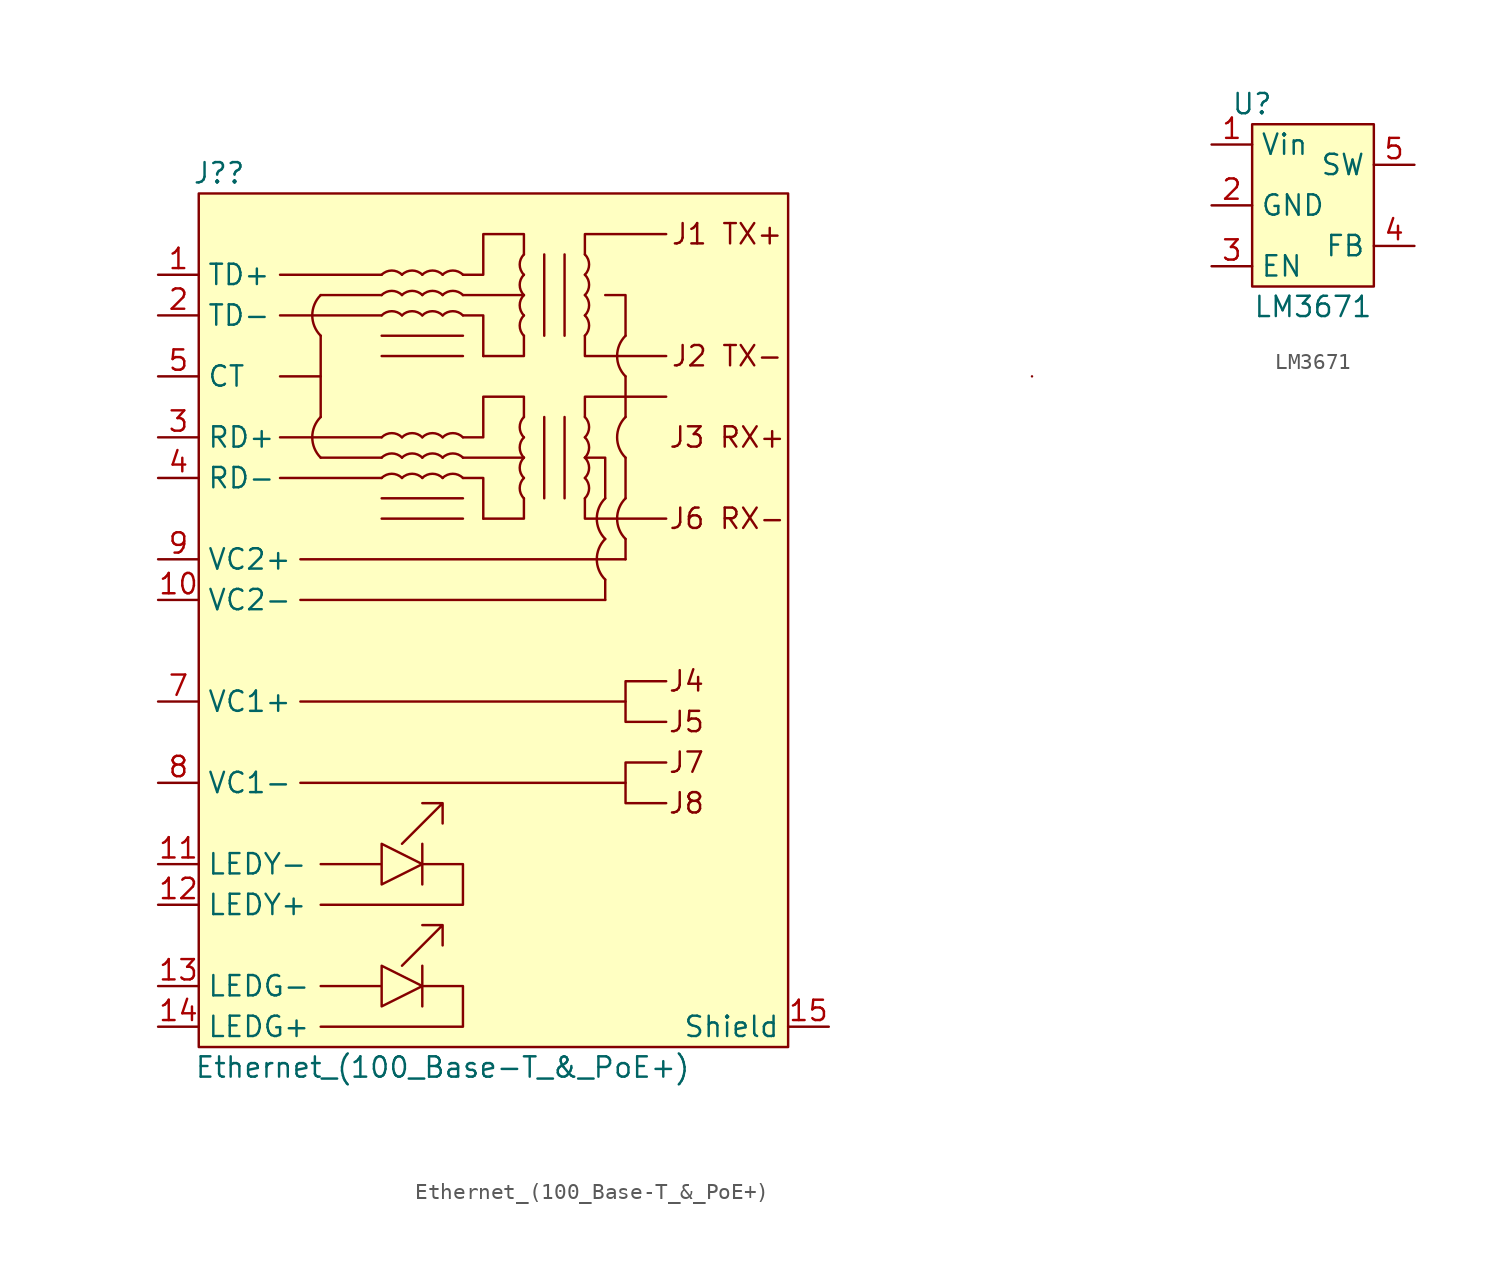
<source format=kicad_sym>
(kicad_symbol_lib
  (version 20211014)
  (generator kicad_symbol_editor)
  (symbol "Ethernet_(100_Base-T_&_PoE+)"
    (property "Reference" "J?"
      (at -16.51 29.21 0)
      (effects (font (size 1.27 1.27))))
    (property "Value" "Ethernet_(100_Base-T_&_PoE+)"
      (at -2.54 -26.67 0)
      (effects (font (size 1.27 1.27))))
    (symbol "Ethernet_(100_Base-T_&_PoE+)_0_0"
      (rectangle (start -17.78 27.94) (end 19.05 -25.4) (stroke (width 0) (type default) (color 0 0 0 0)) (fill (type background)))
      (arc (start -10.16 13.97) (mid -13.2261 12.7) (end -10.16 11.43) (stroke (width 0) (type default) (color 0 0 0 0)) (fill (type none)))
      (arc (start -10.1599 21.59) (mid -13.2261 20.32) (end -10.1599 19.05) (stroke (width 0) (type default) (color 0 0 0 0)) (fill (type none)))
      (polyline (pts (xy -10.16 19.05) (xy -10.16 16.51)) (stroke (width 0) (type default) (color 0 0 0 0)) (fill (type none)))
      (polyline (pts (xy -10.16 21.59) (xy -6.35 21.59)) (stroke (width 0) (type default) (color 0 0 0 0)) (fill (type none)))
      (polyline (pts (xy -6.35 10.16) (xy -12.7 10.16)) (stroke (width 0) (type default) (color 0 0 0 0)) (fill (type none)))
      (polyline (pts (xy -6.35 11.43) (xy -10.16 11.43)) (stroke (width 0) (type default) (color 0 0 0 0)) (fill (type none)))
      (polyline (pts (xy -6.35 12.7) (xy -12.7 12.7)) (stroke (width 0) (type default) (color 0 0 0 0)) (fill (type none)))
      (polyline (pts (xy -6.35 19.05) (xy -1.27 19.05)) (stroke (width 0) (type default) (color 0 0 0 0)) (fill (type none)))
      (polyline (pts (xy -6.35 20.32) (xy -12.7 20.32)) (stroke (width 0) (type default) (color 0 0 0 0)) (fill (type none)))
      (polyline (pts (xy -6.35 22.86) (xy -12.7 22.86)) (stroke (width 0) (type default) (color 0 0 0 0)) (fill (type none)))
      (polyline (pts (xy -3.81 -20.32) (xy -3.81 -22.86)) (stroke (width 0) (type default) (color 0 0 0 0)) (fill (type none)))
      (polyline (pts (xy -3.81 -12.7) (xy -3.81 -15.24)) (stroke (width 0) (type default) (color 0 0 0 0)) (fill (type none)))
      (polyline (pts (xy -1.27 17.78) (xy -6.35 17.78)) (stroke (width 0) (type default) (color 0 0 0 0)) (fill (type none)))
      (polyline (pts (xy 2.54 11.43) (xy -1.27 11.43)) (stroke (width 0) (type default) (color 0 0 0 0)) (fill (type none)))
      (polyline (pts (xy 2.54 21.59) (xy -1.27 21.59)) (stroke (width 0) (type default) (color 0 0 0 0)) (fill (type none)))
      (polyline (pts (xy 7.62 2.54) (xy -11.43 2.54)) (stroke (width 0) (type default) (color 0 0 0 0)) (fill (type none)))
      (polyline (pts (xy 7.62 3.81) (xy 7.62 2.54)) (stroke (width 0) (type default) (color 0 0 0 0)) (fill (type none)))
      (polyline (pts (xy 8.89 6.35) (xy 8.89 5.08)) (stroke (width 0) (type default) (color 0 0 0 0)) (fill (type none)))
      (polyline (pts (xy 8.89 11.43) (xy 8.89 8.89)) (stroke (width 0) (type default) (color 0 0 0 0)) (fill (type none)))
      (polyline (pts (xy 8.89 16.51) (xy 8.89 13.97)) (stroke (width 0) (type default) (color 0 0 0 0)) (fill (type none)))
      (polyline (pts (xy -10.16 13.97) (xy -10.16 16.51) (xy -12.7 16.51)) (stroke (width 0) (type default) (color 0 0 0 0)) (fill (type none)))
      (polyline (pts (xy -1.27 10.16) (xy 0 10.16) (xy 0 7.62)) (stroke (width 0) (type default) (color 0 0 0 0)) (fill (type none)))
      (polyline (pts (xy -1.27 20.32) (xy 0 20.32) (xy 0 17.78)) (stroke (width 0) (type default) (color 0 0 0 0)) (fill (type none)))
      (polyline (pts (xy 0 7.62) (xy 2.54 7.62) (xy 2.54 8.89)) (stroke (width 0) (type default) (color 0 0 0 0)) (fill (type none)))
      (polyline (pts (xy 0 17.78) (xy 2.54 17.78) (xy 2.54 19.05)) (stroke (width 0) (type default) (color 0 0 0 0)) (fill (type none)))
      (polyline (pts (xy 6.35 8.89) (xy 6.35 7.62) (xy 11.43 7.62)) (stroke (width 0) (type default) (color 0 0 0 0)) (fill (type none)))
      (polyline (pts (xy 6.35 11.43) (xy 7.62 11.43) (xy 7.62 8.89)) (stroke (width 0) (type default) (color 0 0 0 0)) (fill (type none)))
      (polyline (pts (xy 6.35 19.05) (xy 6.35 17.78) (xy 11.43 17.78)) (stroke (width 0) (type default) (color 0 0 0 0)) (fill (type none)))
      (polyline (pts (xy 7.62 21.59) (xy 8.89 21.59) (xy 8.89 19.05)) (stroke (width 0) (type default) (color 0 0 0 0)) (fill (type none)))
      (polyline (pts (xy 8.89 -8.89) (xy 8.89 -10.16) (xy 11.43 -10.16)) (stroke (width 0) (type default) (color 0 0 0 0)) (fill (type none)))
      (polyline (pts (xy 8.89 -3.81) (xy 8.89 -5.08) (xy 11.43 -5.08)) (stroke (width 0) (type default) (color 0 0 0 0)) (fill (type none)))
      (polyline (pts (xy 8.89 5.08) (xy 8.89 5.08) (xy -11.43 5.08)) (stroke (width 0) (type default) (color 0 0 0 0)) (fill (type none)))
      (polyline (pts (xy -3.81 -21.59) (xy -1.27 -21.59) (xy -1.27 -24.13) (xy -10.16 -24.13)) (stroke (width 0) (type default) (color 0 0 0 0)) (fill (type none)))
      (polyline (pts (xy -3.81 -13.97) (xy -1.27 -13.97) (xy -1.27 -16.51) (xy -10.16 -16.51)) (stroke (width 0) (type default) (color 0 0 0 0)) (fill (type none)))
      (polyline (pts (xy 11.43 -7.62) (xy 8.89 -7.62) (xy 8.89 -8.89) (xy -11.43 -8.89)) (stroke (width 0) (type default) (color 0 0 0 0)) (fill (type none)))
      (polyline (pts (xy 11.43 -2.54) (xy 8.89 -2.54) (xy 8.89 -3.81) (xy -11.43 -3.81)) (stroke (width 0) (type default) (color 0 0 0 0)) (fill (type none)))
      (polyline (pts (xy -5.08 -20.32) (xy -2.54 -17.78) (xy -3.81 -17.78) (xy -2.54 -17.78) (xy -2.54 -19.05)) (stroke (width 0) (type default) (color 0 0 0 0)) (fill (type none)))
      (polyline (pts (xy -5.08 -12.7) (xy -2.54 -10.16) (xy -3.81 -10.16) (xy -2.54 -10.16) (xy -2.54 -11.43)) (stroke (width 0) (type default) (color 0 0 0 0)) (fill (type none)))
      (polyline (pts (xy -10.16 -21.59) (xy -6.35 -21.59) (xy -6.35 -22.86) (xy -6.35 -21.59) (xy -6.35 -20.32) (xy -3.81 -21.59) (xy -6.35 -22.86)) (stroke (width 0) (type default) (color 0 0 0 0)) (fill (type none)))
      (polyline (pts (xy -10.16 -13.97) (xy -6.35 -13.97) (xy -6.35 -15.24) (xy -6.35 -13.97) (xy -6.35 -12.7) (xy -3.81 -13.97) (xy -6.35 -15.24)) (stroke (width 0) (type default) (color 0 0 0 0)) (fill (type none)))
      (arc (start 7.6201 6.35) (mid 4.5539 5.08) (end 7.6201 3.81) (stroke (width 0) (type default) (color 0 0 0 0)) (fill (type none)))
      (arc (start 7.6201 8.89) (mid 4.5539 7.62) (end 7.6201 6.35) (stroke (width 0) (type default) (color 0 0 0 0)) (fill (type none)))
      (arc (start 8.89 8.89) (mid 5.8239 7.62) (end 8.89 6.35) (stroke (width 0) (type default) (color 0 0 0 0)) (fill (type none)))
      (arc (start 8.89 13.97) (mid 5.8238 12.7) (end 8.89 11.43) (stroke (width 0) (type default) (color 0 0 0 0)) (fill (type none)))
      (arc (start 8.89 19.05) (mid 5.8238 17.78) (end 8.89 16.51) (stroke (width 0) (type default) (color 0 0 0 0)) (fill (type none)))
      (text "J1 TX+" (at 15.24 25.4 0) (effects (font (size 1.27 1.27))))
      (text "J2 TX-" (at 15.24 17.78 0) (effects (font (size 1.27 1.27))))
      (text "J3 RX+" (at 15.24 12.7 0) (effects (font (size 1.27 1.27))))
      (text "J4" (at 12.7 -2.54 0) (effects (font (size 1.27 1.27))))
      (text "J5" (at 12.7 -5.08 0) (effects (font (size 1.27 1.27))))
      (text "J6 RX-" (at 15.24 7.62 0) (effects (font (size 1.27 1.27))))
      (text "J7" (at 12.7 -7.62 0) (effects (font (size 1.27 1.27))))
      (text "J8" (at 12.7 -10.16 0) (effects (font (size 1.27 1.27)))))
    (symbol "Ethernet_(100_Base-T_&_PoE+)_0_1"
      (arc (start -5.08 10.16) (mid -5.715 11.693) (end -6.35 10.16) (stroke (width 0) (type default) (color 0 0 0 0)) (fill (type none)))
      (arc (start -5.08 11.43) (mid -5.715 12.963) (end -6.35 11.43) (stroke (width 0) (type default) (color 0 0 0 0)) (fill (type none)))
      (arc (start -5.08 12.7) (mid -5.715 14.233) (end -6.35 12.7) (stroke (width 0) (type default) (color 0 0 0 0)) (fill (type none)))
      (arc (start -5.08 20.32) (mid -5.715 21.853) (end -6.35 20.32) (stroke (width 0) (type default) (color 0 0 0 0)) (fill (type none)))
      (arc (start -5.08 21.59) (mid -5.715 23.123) (end -6.35 21.59) (stroke (width 0) (type default) (color 0 0 0 0)) (fill (type none)))
      (arc (start -5.08 22.86) (mid -5.715 24.393) (end -6.35 22.86) (stroke (width 0) (type default) (color 0 0 0 0)) (fill (type none)))
      (arc (start -3.81 10.16) (mid -4.445 11.693) (end -5.08 10.16) (stroke (width 0) (type default) (color 0 0 0 0)) (fill (type none)))
      (arc (start -3.81 11.43) (mid -4.445 12.963) (end -5.08 11.43) (stroke (width 0) (type default) (color 0 0 0 0)) (fill (type none)))
      (arc (start -3.81 12.7) (mid -4.445 14.233) (end -5.08 12.7) (stroke (width 0) (type default) (color 0 0 0 0)) (fill (type none)))
      (arc (start -3.81 20.32) (mid -4.445 21.853) (end -5.08 20.32) (stroke (width 0) (type default) (color 0 0 0 0)) (fill (type none)))
      (arc (start -3.81 21.59) (mid -4.445 23.123) (end -5.08 21.59) (stroke (width 0) (type default) (color 0 0 0 0)) (fill (type none)))
      (arc (start -3.81 22.86) (mid -4.445 24.393) (end -5.08 22.86) (stroke (width 0) (type default) (color 0 0 0 0)) (fill (type none)))
      (arc (start -2.54 10.16) (mid -3.175 11.693) (end -3.81 10.16) (stroke (width 0) (type default) (color 0 0 0 0)) (fill (type none)))
      (arc (start -2.54 11.43) (mid -3.175 12.963) (end -3.81 11.43) (stroke (width 0) (type default) (color 0 0 0 0)) (fill (type none)))
      (arc (start -2.54 12.7) (mid -3.175 14.233) (end -3.81 12.7) (stroke (width 0) (type default) (color 0 0 0 0)) (fill (type none)))
      (arc (start -2.54 20.32) (mid -3.175 21.853) (end -3.81 20.32) (stroke (width 0) (type default) (color 0 0 0 0)) (fill (type none)))
      (arc (start -2.54 21.59) (mid -3.175 23.123) (end -3.81 21.59) (stroke (width 0) (type default) (color 0 0 0 0)) (fill (type none)))
      (arc (start -2.54 22.86) (mid -3.175 24.393) (end -3.81 22.86) (stroke (width 0) (type default) (color 0 0 0 0)) (fill (type none)))
      (arc (start -1.27 10.16) (mid -1.905 11.693) (end -2.54 10.16) (stroke (width 0) (type default) (color 0 0 0 0)) (fill (type none)))
      (arc (start -1.27 11.43) (mid -1.905 12.963) (end -2.54 11.43) (stroke (width 0) (type default) (color 0 0 0 0)) (fill (type none)))
      (arc (start -1.27 12.7) (mid -1.905 14.233) (end -2.54 12.7) (stroke (width 0) (type default) (color 0 0 0 0)) (fill (type none)))
      (arc (start -1.27 20.32) (mid -1.905 21.853) (end -2.54 20.32) (stroke (width 0) (type default) (color 0 0 0 0)) (fill (type none)))
      (arc (start -1.27 21.59) (mid -1.905 23.123) (end -2.54 21.59) (stroke (width 0) (type default) (color 0 0 0 0)) (fill (type none)))
      (arc (start -1.27 22.86) (mid -1.905 24.393) (end -2.54 22.86) (stroke (width 0) (type default) (color 0 0 0 0)) (fill (type none)))
      (polyline (pts (xy -6.35 8.89) (xy -1.27 8.89)) (stroke (width 0) (type default) (color 0 0 0 0)) (fill (type none)))
      (polyline (pts (xy -1.27 7.62) (xy -6.35 7.62)) (stroke (width 0) (type default) (color 0 0 0 0)) (fill (type none)))
      (polyline (pts (xy 3.81 13.97) (xy 3.81 8.89)) (stroke (width 0) (type default) (color 0 0 0 0)) (fill (type none)))
      (polyline (pts (xy 3.81 24.13) (xy 3.81 19.05)) (stroke (width 0) (type default) (color 0 0 0 0)) (fill (type none)))
      (polyline (pts (xy 5.08 8.89) (xy 5.08 13.97)) (stroke (width 0) (type default) (color 0 0 0 0)) (fill (type none)))
      (polyline (pts (xy 5.08 19.05) (xy 5.08 24.13)) (stroke (width 0) (type default) (color 0 0 0 0)) (fill (type none)))
      (polyline (pts (xy 6.35 13.97) (xy 6.35 15.24) (xy 11.43 15.24)) (stroke (width 0) (type default) (color 0 0 0 0)) (fill (type none)))
      (polyline (pts (xy 6.35 24.13) (xy 6.35 25.4) (xy 11.43 25.4)) (stroke (width 0) (type default) (color 0 0 0 0)) (fill (type none)))
      (polyline (pts (xy -1.27 12.7) (xy 0 12.7) (xy 0 15.24) (xy 1.27 15.24) (xy 2.54 15.24) (xy 2.54 13.97)) (stroke (width 0) (type default) (color 0 0 0 0)) (fill (type none)))
      (polyline (pts (xy -1.27 22.86) (xy 0 22.86) (xy 0 25.4) (xy 1.27 25.4) (xy 2.54 25.4) (xy 2.54 24.13)) (stroke (width 0) (type default) (color 0 0 0 0)) (fill (type none)))
      (arc (start 2.54 10.16) (mid 1.007 9.525) (end 2.54 8.89) (stroke (width 0) (type default) (color 0 0 0 0)) (fill (type none)))
      (arc (start 2.54 11.43) (mid 1.007 10.795) (end 2.54 10.16) (stroke (width 0) (type default) (color 0 0 0 0)) (fill (type none)))
      (arc (start 2.54 12.7) (mid 1.007 12.065) (end 2.54 11.43) (stroke (width 0) (type default) (color 0 0 0 0)) (fill (type none)))
      (arc (start 2.54 13.97) (mid 1.007 13.335) (end 2.54 12.7) (stroke (width 0) (type default) (color 0 0 0 0)) (fill (type none)))
      (arc (start 2.54 20.32) (mid 1.007 19.685) (end 2.54 19.05) (stroke (width 0) (type default) (color 0 0 0 0)) (fill (type none)))
      (arc (start 2.54 21.59) (mid 1.007 20.955) (end 2.54 20.32) (stroke (width 0) (type default) (color 0 0 0 0)) (fill (type none)))
      (arc (start 2.54 22.86) (mid 1.007 22.225) (end 2.54 21.59) (stroke (width 0) (type default) (color 0 0 0 0)) (fill (type none)))
      (arc (start 2.54 24.13) (mid 1.007 23.495) (end 2.54 22.86) (stroke (width 0) (type default) (color 0 0 0 0)) (fill (type none)))
      (arc (start 6.35 8.89) (mid 7.883 9.525) (end 6.35 10.16) (stroke (width 0) (type default) (color 0 0 0 0)) (fill (type none)))
      (arc (start 6.35 10.16) (mid 7.883 10.795) (end 6.35 11.43) (stroke (width 0) (type default) (color 0 0 0 0)) (fill (type none)))
      (arc (start 6.35 11.43) (mid 7.883 12.065) (end 6.35 12.7) (stroke (width 0) (type default) (color 0 0 0 0)) (fill (type none)))
      (arc (start 6.35 12.7) (mid 7.883 13.335) (end 6.35 13.97) (stroke (width 0) (type default) (color 0 0 0 0)) (fill (type none)))
      (arc (start 6.35 19.05) (mid 7.883 19.685) (end 6.35 20.32) (stroke (width 0) (type default) (color 0 0 0 0)) (fill (type none)))
      (arc (start 6.35 20.32) (mid 7.883 20.955) (end 6.35 21.59) (stroke (width 0) (type default) (color 0 0 0 0)) (fill (type none)))
      (arc (start 6.35 21.59) (mid 7.883 22.225) (end 6.35 22.86) (stroke (width 0) (type default) (color 0 0 0 0)) (fill (type none)))
      (arc (start 6.35 22.86) (mid 7.883 23.495) (end 6.35 24.13) (stroke (width 0) (type default) (color 0 0 0 0)) (fill (type none)))
      (arc (start 34.29 16.51) (mid 34.29 16.51) (end 34.29 16.51) (stroke (width 0) (type default) (color 0 0 0 0)) (fill (type none))))
    (symbol "Ethernet_(100_Base-T_&_PoE+)_1_1"
      (pin input line (at -20.32 22.86 0) (length 2.54) (name "TD+" (effects (font (size 1.27 1.27)))) (number "1" (effects (font (size 1.27 1.27)))))
      (pin output line (at -20.32 2.54 0) (length 2.54) (name "VC2-" (effects (font (size 1.27 1.27)))) (number "10" (effects (font (size 1.27 1.27)))))
      (pin input line (at -20.32 -13.97 0) (length 2.54) (name "LEDY-" (effects (font (size 1.27 1.27)))) (number "11" (effects (font (size 1.27 1.27)))))
      (pin input line (at -20.32 -16.51 0) (length 2.54) (name "LEDY+" (effects (font (size 1.27 1.27)))) (number "12" (effects (font (size 1.27 1.27)))))
      (pin input line (at -20.32 -21.59 0) (length 2.54) (name "LEDG-" (effects (font (size 1.27 1.27)))) (number "13" (effects (font (size 1.27 1.27)))))
      (pin input line (at -20.32 -24.13 0) (length 2.54) (name "LEDG+" (effects (font (size 1.27 1.27)))) (number "14" (effects (font (size 1.27 1.27)))))
      (pin input line (at 21.59 -24.13 180) (length 2.54) (name "Shield" (effects (font (size 1.27 1.27)))) (number "15" (effects (font (size 1.27 1.27)))))
      (pin input line (at 21.59 -24.13 180) (length 2.54) hide (name "Shield" (effects (font (size 1.27 1.27)))) (number "16" (effects (font (size 1.27 1.27)))))
      (pin input line (at -20.32 20.32 0) (length 2.54) (name "TD-" (effects (font (size 1.27 1.27)))) (number "2" (effects (font (size 1.27 1.27)))))
      (pin input line (at -20.32 12.7 0) (length 2.54) (name "RD+" (effects (font (size 1.27 1.27)))) (number "3" (effects (font (size 1.27 1.27)))))
      (pin input line (at -20.32 10.16 0) (length 2.54) (name "RD-" (effects (font (size 1.27 1.27)))) (number "4" (effects (font (size 1.27 1.27)))))
      (pin input line (at -20.32 16.51 0) (length 2.54) (name "CT" (effects (font (size 1.27 1.27)))) (number "5" (effects (font (size 1.27 1.27)))))
      (pin output line (at -20.32 -3.81 0) (length 2.54) (name "VC1+" (effects (font (size 1.27 1.27)))) (number "7" (effects (font (size 1.27 1.27)))))
      (pin output line (at -20.32 -8.89 0) (length 2.54) (name "VC1-" (effects (font (size 1.27 1.27)))) (number "8" (effects (font (size 1.27 1.27)))))
      (pin output line (at -20.32 5.08 0) (length 2.54) (name "VC2+" (effects (font (size 1.27 1.27)))) (number "9" (effects (font (size 1.27 1.27)))))))
  (symbol "LM3671"
    (property "Reference" "U"
      (at -3.81 6.35 0)
      (effects (font (size 1.27 1.27))))
    (property "Value" "LM3671"
      (at 0 -6.35 0)
      (effects (font (size 1.27 1.27))))
    (symbol "LM3671_0_1"
      (rectangle (start -3.81 5.08) (end 3.81 -5.08) (stroke (width 0) (type default) (color 0 0 0 0)) (fill (type background))))
    (symbol "LM3671_1_1"
      (pin input line (at -6.35 3.81 0) (length 2.54) (name "Vin" (effects (font (size 1.27 1.27)))) (number "1" (effects (font (size 1.27 1.27)))))
      (pin input line (at -6.35 0 0) (length 2.54) (name "GND" (effects (font (size 1.27 1.27)))) (number "2" (effects (font (size 1.27 1.27)))))
      (pin input line (at -6.35 -3.81 0) (length 2.54) (name "EN" (effects (font (size 1.27 1.27)))) (number "3" (effects (font (size 1.27 1.27)))))
      (pin input line (at 6.35 -2.54 180) (length 2.54) (name "FB" (effects (font (size 1.27 1.27)))) (number "4" (effects (font (size 1.27 1.27)))))
      (pin input line (at 6.35 2.54 180) (length 2.54) (name "SW" (effects (font (size 1.27 1.27)))) (number "5" (effects (font (size 1.27 1.27))))))))
</source>
